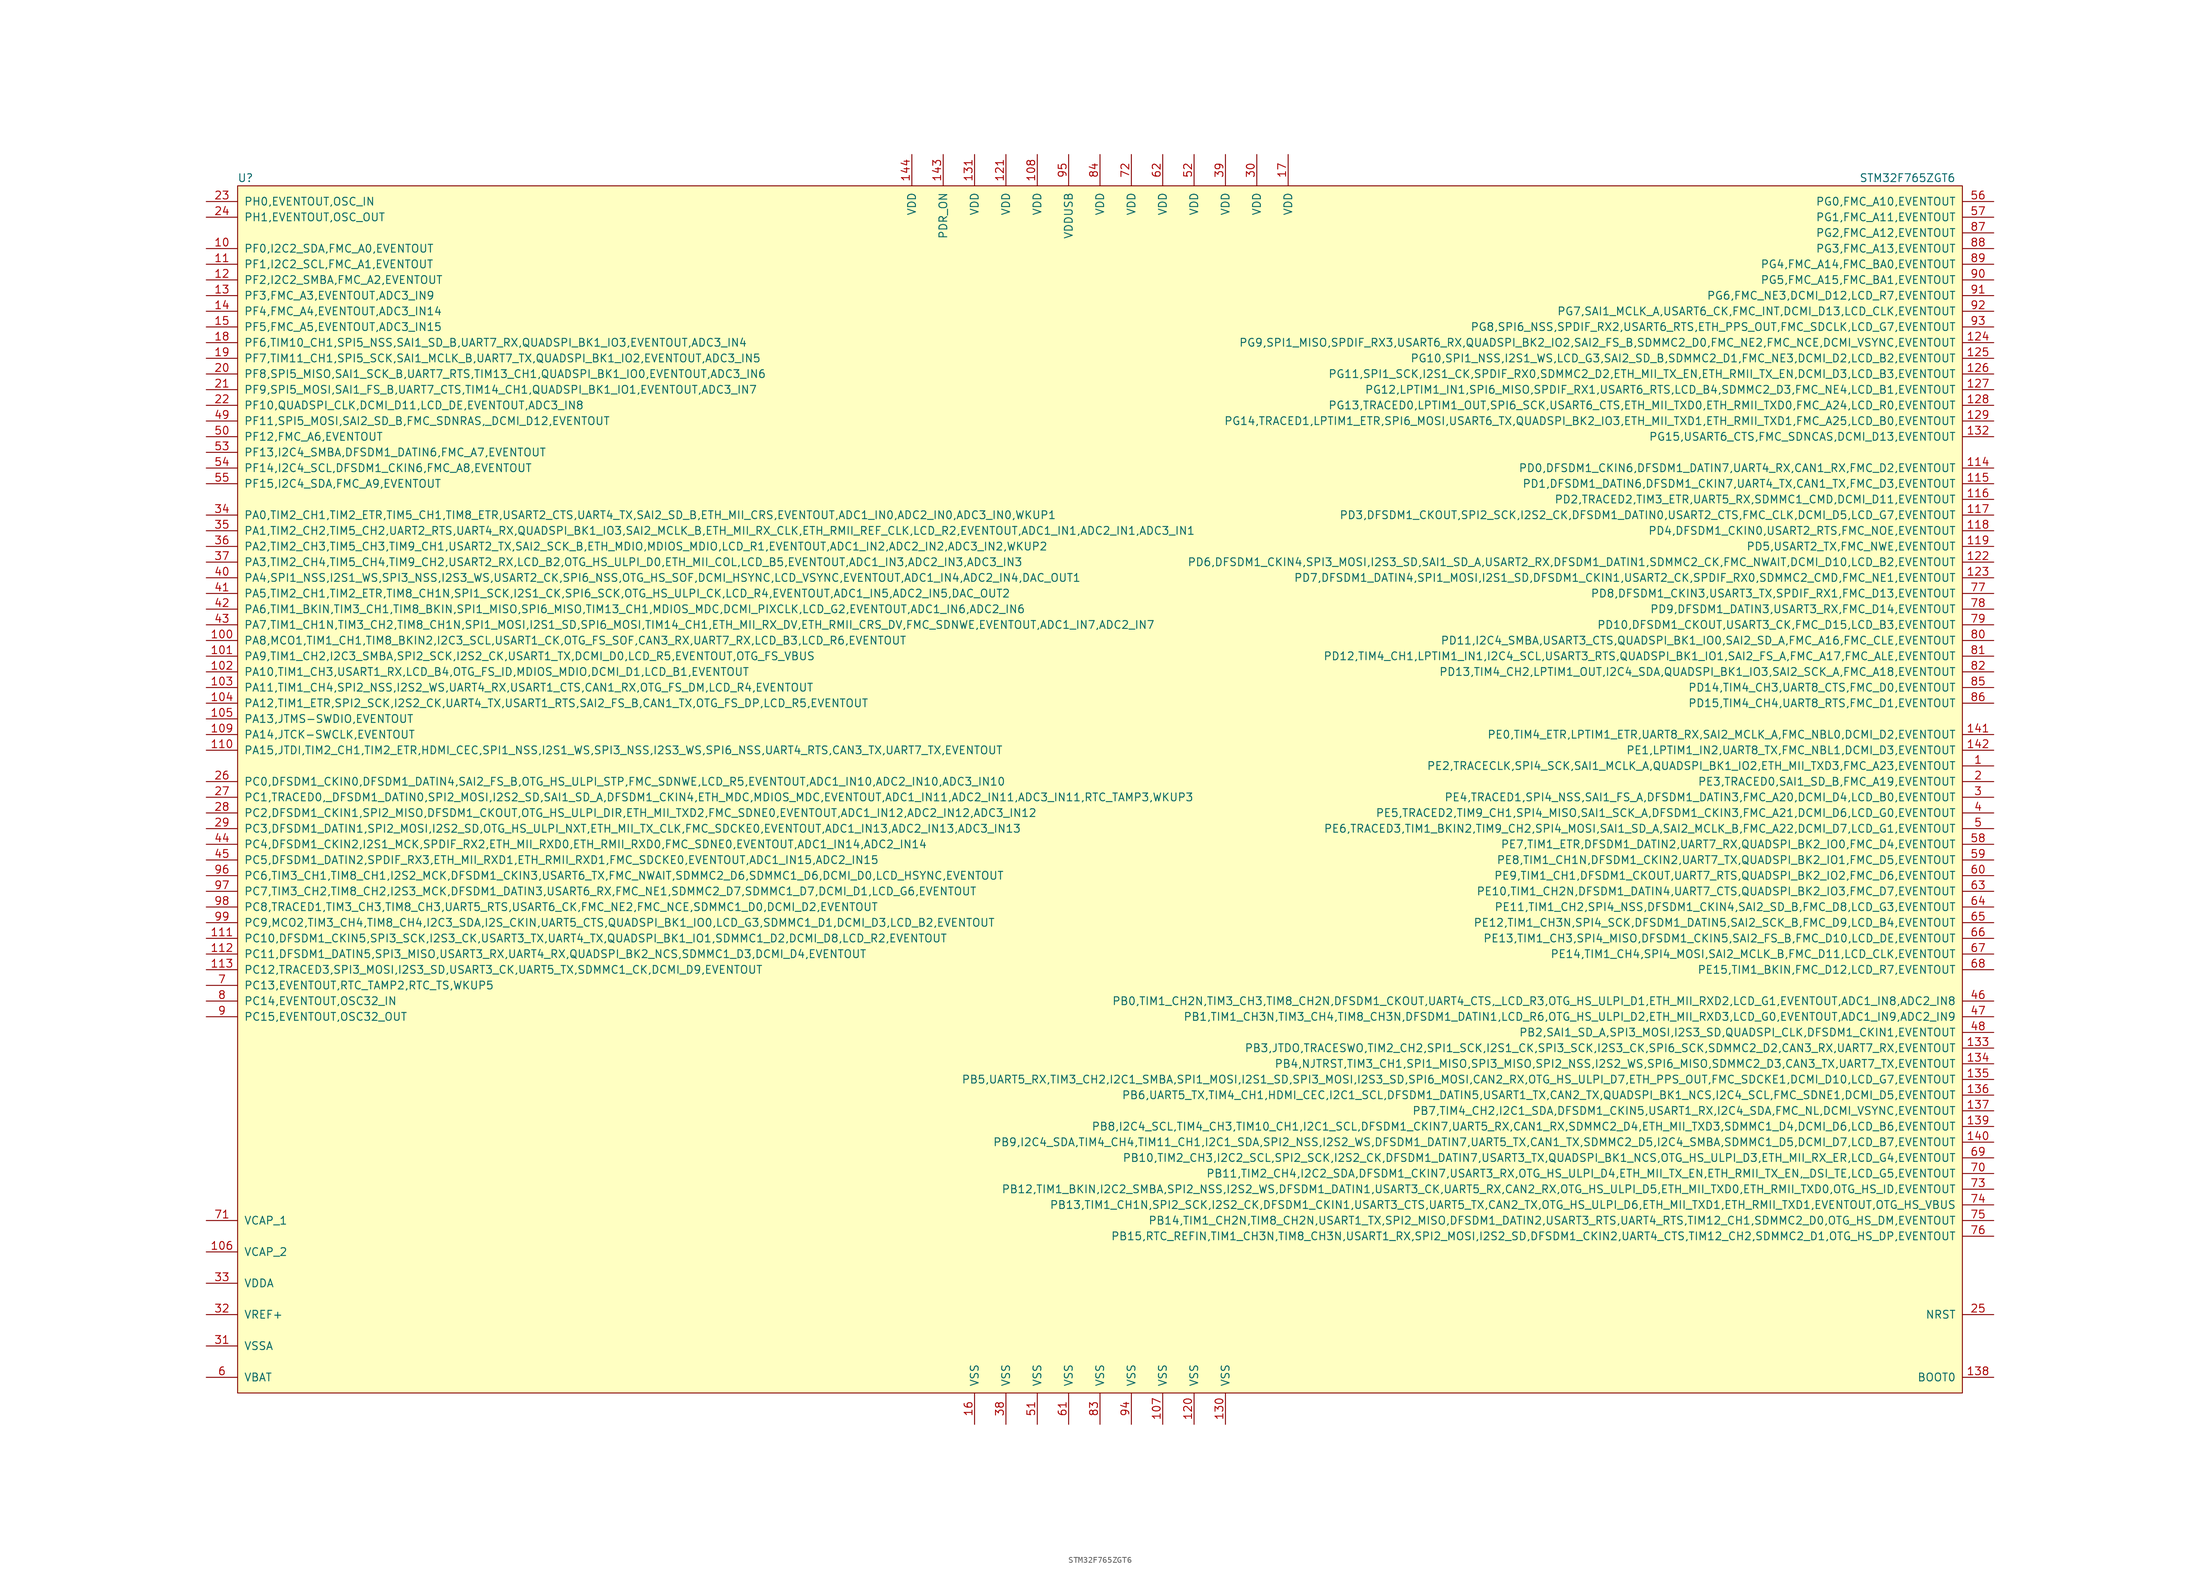
<source format=kicad_sym>
(kicad_symbol_lib
  (version 20220914)
  (generator kicad_symbol_editor)
  (symbol "STM32F765ZGT6"
    (pin_names
      (offset 1.016))
    (property "Reference" "U"
      (at -138.43 99.06 0)
      (effects (font (size 1.27 1.27))))
    (property "Value" "STM32F765ZGT6"
      (at 130.81 99.06 0)
      (effects (font (size 1.27 1.27))))
    (symbol "STM32F765ZGT6_0_0"
      (pin bidirectional line (at 144.78 3.81 180) (length 5.08) (name "PE2,TRACECLK,SPI4_SCK,SAI1_MCLK_A,QUADSPI_BK1_IO2,ETH_MII_TXD3,FMC_A23,EVENTOUT" (effects (font (size 1.27 1.27)))) (number "1" (effects (font (size 1.27 1.27)))))
      (pin bidirectional line (at -144.78 87.63 0) (length 5.08) (name "PF0,I2C2_SDA,FMC_A0,EVENTOUT" (effects (font (size 1.27 1.27)))) (number "10" (effects (font (size 1.27 1.27)))))
      (pin bidirectional line (at -144.78 24.13 0) (length 5.08) (name "PA8,MCO1,TIM1_CH1,TIM8_BKIN2,I2C3_SCL,USART1_CK,OTG_FS_SOF,CAN3_RX,UART7_RX,LCD_B3,LCD_R6,EVENTOUT" (effects (font (size 1.27 1.27)))) (number "100" (effects (font (size 1.27 1.27)))))
      (pin bidirectional line (at -144.78 21.59 0) (length 5.08) (name "PA9,TIM1_CH2,I2C3_SMBA,SPI2_SCK,I2S2_CK,USART1_TX,DCMI_D0,LCD_R5,EVENTOUT,OTG_FS_VBUS" (effects (font (size 1.27 1.27)))) (number "101" (effects (font (size 1.27 1.27)))))
      (pin bidirectional line (at -144.78 19.05 0) (length 5.08) (name "PA10,TIM1_CH3,USART1_RX,LCD_B4,OTG_FS_ID,MDIOS_MDIO,DCMI_D1,LCD_B1,EVENTOUT" (effects (font (size 1.27 1.27)))) (number "102" (effects (font (size 1.27 1.27)))))
      (pin bidirectional line (at -144.78 16.51 0) (length 5.08) (name "PA11,TIM1_CH4,SPI2_NSS,I2S2_WS,UART4_RX,USART1_CTS,CAN1_RX,OTG_FS_DM,LCD_R4,EVENTOUT" (effects (font (size 1.27 1.27)))) (number "103" (effects (font (size 1.27 1.27)))))
      (pin bidirectional line (at -144.78 13.97 0) (length 5.08) (name "PA12,TIM1_ETR,SPI2_SCK,I2S2_CK,UART4_TX,USART1_RTS,SAI2_FS_B,CAN1_TX,OTG_FS_DP,LCD_R5,EVENTOUT" (effects (font (size 1.27 1.27)))) (number "104" (effects (font (size 1.27 1.27)))))
      (pin bidirectional line (at -144.78 11.43 0) (length 5.08) (name "PA13,JTMS-SWDIO,EVENTOUT" (effects (font (size 1.27 1.27)))) (number "105" (effects (font (size 1.27 1.27)))))
      (pin passive line (at -144.78 -74.93 0) (length 5.08) (name "VCAP_2" (effects (font (size 1.27 1.27)))) (number "106" (effects (font (size 1.27 1.27)))))
      (pin passive line (at 10.16 -102.87 90) (length 5.08) (name "VSS" (effects (font (size 1.27 1.27)))) (number "107" (effects (font (size 1.27 1.27)))))
      (pin power_in line (at -10.16 102.87 270) (length 5.08) (name "VDD" (effects (font (size 1.27 1.27)))) (number "108" (effects (font (size 1.27 1.27)))))
      (pin bidirectional line (at -144.78 8.89 0) (length 5.08) (name "PA14,JTCK-SWCLK,EVENTOUT" (effects (font (size 1.27 1.27)))) (number "109" (effects (font (size 1.27 1.27)))))
      (pin bidirectional line (at -144.78 85.09 0) (length 5.08) (name "PF1,I2C2_SCL,FMC_A1,EVENTOUT" (effects (font (size 1.27 1.27)))) (number "11" (effects (font (size 1.27 1.27)))))
      (pin bidirectional line (at -144.78 6.35 0) (length 5.08) (name "PA15,JTDI,TIM2_CH1,TIM2_ETR,HDMI_CEC,SPI1_NSS,I2S1_WS,SPI3_NSS,I2S3_WS,SPI6_NSS,UART4_RTS,CAN3_TX,UART7_TX,EVENTOUT" (effects (font (size 1.27 1.27)))) (number "110" (effects (font (size 1.27 1.27)))))
      (pin bidirectional line (at -144.78 -24.13 0) (length 5.08) (name "PC10,DFSDM1_CKIN5,SPI3_SCK,I2S3_CK,USART3_TX,UART4_TX,QUADSPI_BK1_IO1,SDMMC1_D2,DCMI_D8,LCD_R2,EVENTOUT" (effects (font (size 1.27 1.27)))) (number "111" (effects (font (size 1.27 1.27)))))
      (pin bidirectional line (at -144.78 -26.67 0) (length 5.08) (name "PC11,DFSDM1_DATIN5,SPI3_MISO,USART3_RX,UART4_RX,QUADSPI_BK2_NCS,SDMMC1_D3,DCMI_D4,EVENTOUT" (effects (font (size 1.27 1.27)))) (number "112" (effects (font (size 1.27 1.27)))))
      (pin bidirectional line (at -144.78 -29.21 0) (length 5.08) (name "PC12,TRACED3,SPI3_MOSI,I2S3_SD,USART3_CK,UART5_TX,SDMMC1_CK,DCMI_D9,EVENTOUT" (effects (font (size 1.27 1.27)))) (number "113" (effects (font (size 1.27 1.27)))))
      (pin bidirectional line (at 144.78 52.07 180) (length 5.08) (name "PD0,DFSDM1_CKIN6,DFSDM1_DATIN7,UART4_RX,CAN1_RX,FMC_D2,EVENTOUT" (effects (font (size 1.27 1.27)))) (number "114" (effects (font (size 1.27 1.27)))))
      (pin bidirectional line (at 144.78 49.53 180) (length 5.08) (name "PD1,DFSDM1_DATIN6,DFSDM1_CKIN7,UART4_TX,CAN1_TX,FMC_D3,EVENTOUT" (effects (font (size 1.27 1.27)))) (number "115" (effects (font (size 1.27 1.27)))))
      (pin bidirectional line (at 144.78 46.99 180) (length 5.08) (name "PD2,TRACED2,TIM3_ETR,UART5_RX,SDMMC1_CMD,DCMI_D11,EVENTOUT" (effects (font (size 1.27 1.27)))) (number "116" (effects (font (size 1.27 1.27)))))
      (pin bidirectional line (at 144.78 44.45 180) (length 5.08) (name "PD3,DFSDM1_CKOUT,SPI2_SCK,I2S2_CK,DFSDM1_DATIN0,USART2_CTS,FMC_CLK,DCMI_D5,LCD_G7,EVENTOUT" (effects (font (size 1.27 1.27)))) (number "117" (effects (font (size 1.27 1.27)))))
      (pin bidirectional line (at 144.78 41.91 180) (length 5.08) (name "PD4,DFSDM1_CKIN0,USART2_RTS,FMC_NOE,EVENTOUT" (effects (font (size 1.27 1.27)))) (number "118" (effects (font (size 1.27 1.27)))))
      (pin bidirectional line (at 144.78 39.37 180) (length 5.08) (name "PD5,USART2_TX,FMC_NWE,EVENTOUT" (effects (font (size 1.27 1.27)))) (number "119" (effects (font (size 1.27 1.27)))))
      (pin bidirectional line (at -144.78 82.55 0) (length 5.08) (name "PF2,I2C2_SMBA,FMC_A2,EVENTOUT" (effects (font (size 1.27 1.27)))) (number "12" (effects (font (size 1.27 1.27)))))
      (pin passive line (at 15.24 -102.87 90) (length 5.08) (name "VSS" (effects (font (size 1.27 1.27)))) (number "120" (effects (font (size 1.27 1.27)))))
      (pin power_in line (at -15.24 102.87 270) (length 5.08) (name "VDD" (effects (font (size 1.27 1.27)))) (number "121" (effects (font (size 1.27 1.27)))))
      (pin bidirectional line (at 144.78 36.83 180) (length 5.08) (name "PD6,DFSDM1_CKIN4,SPI3_MOSI,I2S3_SD,SAI1_SD_A,USART2_RX,DFSDM1_DATIN1,SDMMC2_CK,FMC_NWAIT,DCMI_D10,LCD_B2,EVENTOUT" (effects (font (size 1.27 1.27)))) (number "122" (effects (font (size 1.27 1.27)))))
      (pin bidirectional line (at 144.78 34.29 180) (length 5.08) (name "PD7,DFSDM1_DATIN4,SPI1_MOSI,I2S1_SD,DFSDM1_CKIN1,USART2_CK,SPDIF_RX0,SDMMC2_CMD,FMC_NE1,EVENTOUT" (effects (font (size 1.27 1.27)))) (number "123" (effects (font (size 1.27 1.27)))))
      (pin bidirectional line (at 144.78 72.39 180) (length 5.08) (name "PG9,SPI1_MISO,SPDIF_RX3,USART6_RX,QUADSPI_BK2_IO2,SAI2_FS_B,SDMMC2_D0,FMC_NE2,FMC_NCE,DCMI_VSYNC,EVENTOUT" (effects (font (size 1.27 1.27)))) (number "124" (effects (font (size 1.27 1.27)))))
      (pin bidirectional line (at 144.78 69.85 180) (length 5.08) (name "PG10,SPI1_NSS,I2S1_WS,LCD_G3,SAI2_SD_B,SDMMC2_D1,FMC_NE3,DCMI_D2,LCD_B2,EVENTOUT" (effects (font (size 1.27 1.27)))) (number "125" (effects (font (size 1.27 1.27)))))
      (pin bidirectional line (at 144.78 67.31 180) (length 5.08) (name "PG11,SPI1_SCK,I2S1_CK,SPDIF_RX0,SDMMC2_D2,ETH_MII_TX_EN,ETH_RMII_TX_EN,DCMI_D3,LCD_B3,EVENTOUT" (effects (font (size 1.27 1.27)))) (number "126" (effects (font (size 1.27 1.27)))))
      (pin bidirectional line (at 144.78 64.77 180) (length 5.08) (name "PG12,LPTIM1_IN1,SPI6_MISO,SPDIF_RX1,USART6_RTS,LCD_B4,SDMMC2_D3,FMC_NE4,LCD_B1,EVENTOUT" (effects (font (size 1.27 1.27)))) (number "127" (effects (font (size 1.27 1.27)))))
      (pin bidirectional line (at 144.78 62.23 180) (length 5.08) (name "PG13,TRACED0,LPTIM1_OUT,SPI6_SCK,USART6_CTS,ETH_MII_TXD0,ETH_RMII_TXD0,FMC_A24,LCD_R0,EVENTOUT" (effects (font (size 1.27 1.27)))) (number "128" (effects (font (size 1.27 1.27)))))
      (pin bidirectional line (at 144.78 59.69 180) (length 5.08) (name "PG14,TRACED1,LPTIM1_ETR,SPI6_MOSI,USART6_TX,QUADSPI_BK2_IO3,ETH_MII_TXD1,ETH_RMII_TXD1,FMC_A25,LCD_B0,EVENTOUT" (effects (font (size 1.27 1.27)))) (number "129" (effects (font (size 1.27 1.27)))))
      (pin bidirectional line (at -144.78 80.01 0) (length 5.08) (name "PF3,FMC_A3,EVENTOUT,ADC3_IN9" (effects (font (size 1.27 1.27)))) (number "13" (effects (font (size 1.27 1.27)))))
      (pin passive line (at 20.32 -102.87 90) (length 5.08) (name "VSS" (effects (font (size 1.27 1.27)))) (number "130" (effects (font (size 1.27 1.27)))))
      (pin power_in line (at -20.32 102.87 270) (length 5.08) (name "VDD" (effects (font (size 1.27 1.27)))) (number "131" (effects (font (size 1.27 1.27)))))
      (pin bidirectional line (at 144.78 57.15 180) (length 5.08) (name "PG15,USART6_CTS,FMC_SDNCAS,DCMI_D13,EVENTOUT" (effects (font (size 1.27 1.27)))) (number "132" (effects (font (size 1.27 1.27)))))
      (pin bidirectional line (at 144.78 -41.91 180) (length 5.08) (name "PB3,JTDO,TRACESWO,TIM2_CH2,SPI1_SCK,I2S1_CK,SPI3_SCK,I2S3_CK,SPI6_SCK,SDMMC2_D2,CAN3_RX,UART7_RX,EVENTOUT" (effects (font (size 1.27 1.27)))) (number "133" (effects (font (size 1.27 1.27)))))
      (pin bidirectional line (at 144.78 -44.45 180) (length 5.08) (name "PB4,NJTRST,TIM3_CH1,SPI1_MISO,SPI3_MISO,SPI2_NSS,I2S2_WS,SPI6_MISO,SDMMC2_D3,CAN3_TX,UART7_TX,EVENTOUT" (effects (font (size 1.27 1.27)))) (number "134" (effects (font (size 1.27 1.27)))))
      (pin bidirectional line (at 144.78 -46.99 180) (length 5.08) (name "PB5,UART5_RX,TIM3_CH2,I2C1_SMBA,SPI1_MOSI,I2S1_SD,SPI3_MOSI,I2S3_SD,SPI6_MOSI,CAN2_RX,OTG_HS_ULPI_D7,ETH_PPS_OUT,FMC_SDCKE1,DCMI_D10,LCD_G7,EVENTOUT" (effects (font (size 1.27 1.27)))) (number "135" (effects (font (size 1.27 1.27)))))
      (pin bidirectional line (at 144.78 -49.53 180) (length 5.08) (name "PB6,UART5_TX,TIM4_CH1,HDMI_CEC,I2C1_SCL,DFSDM1_DATIN5,USART1_TX,CAN2_TX,QUADSPI_BK1_NCS,I2C4_SCL,FMC_SDNE1,DCMI_D5,EVENTOUT" (effects (font (size 1.27 1.27)))) (number "136" (effects (font (size 1.27 1.27)))))
      (pin bidirectional line (at 144.78 -52.07 180) (length 5.08) (name "PB7,TIM4_CH2,I2C1_SDA,DFSDM1_CKIN5,USART1_RX,I2C4_SDA,FMC_NL,DCMI_VSYNC,EVENTOUT" (effects (font (size 1.27 1.27)))) (number "137" (effects (font (size 1.27 1.27)))))
      (pin input line (at 144.78 -95.25 180) (length 5.08) (name "BOOT0" (effects (font (size 1.27 1.27)))) (number "138" (effects (font (size 1.27 1.27)))))
      (pin bidirectional line (at 144.78 -54.61 180) (length 5.08) (name "PB8,I2C4_SCL,TIM4_CH3,TIM10_CH1,I2C1_SCL,DFSDM1_CKIN7,UART5_RX,CAN1_RX,SDMMC2_D4,ETH_MII_TXD3,SDMMC1_D4,DCMI_D6,LCD_B6,EVENTOUT" (effects (font (size 1.27 1.27)))) (number "139" (effects (font (size 1.27 1.27)))))
      (pin bidirectional line (at -144.78 77.47 0) (length 5.08) (name "PF4,FMC_A4,EVENTOUT,ADC3_IN14" (effects (font (size 1.27 1.27)))) (number "14" (effects (font (size 1.27 1.27)))))
      (pin bidirectional line (at 144.78 -57.15 180) (length 5.08) (name "PB9,I2C4_SDA,TIM4_CH4,TIM11_CH1,I2C1_SDA,SPI2_NSS,I2S2_WS,DFSDM1_DATIN7,UART5_TX,CAN1_TX,SDMMC2_D5,I2C4_SMBA,SDMMC1_D5,DCMI_D7,LCD_B7,EVENTOUT" (effects (font (size 1.27 1.27)))) (number "140" (effects (font (size 1.27 1.27)))))
      (pin bidirectional line (at 144.78 8.89 180) (length 5.08) (name "PE0,TIM4_ETR,LPTIM1_ETR,UART8_RX,SAI2_MCLK_A,FMC_NBL0,DCMI_D2,EVENTOUT" (effects (font (size 1.27 1.27)))) (number "141" (effects (font (size 1.27 1.27)))))
      (pin bidirectional line (at 144.78 6.35 180) (length 5.08) (name "PE1,LPTIM1_IN2,UART8_TX,FMC_NBL1,DCMI_D3,EVENTOUT" (effects (font (size 1.27 1.27)))) (number "142" (effects (font (size 1.27 1.27)))))
      (pin passive line (at -25.4 102.87 270) (length 5.08) (name "PDR_ON" (effects (font (size 1.27 1.27)))) (number "143" (effects (font (size 1.27 1.27)))))
      (pin power_in line (at -30.48 102.87 270) (length 5.08) (name "VDD" (effects (font (size 1.27 1.27)))) (number "144" (effects (font (size 1.27 1.27)))))
      (pin bidirectional line (at -144.78 74.93 0) (length 5.08) (name "PF5,FMC_A5,EVENTOUT,ADC3_IN15" (effects (font (size 1.27 1.27)))) (number "15" (effects (font (size 1.27 1.27)))))
      (pin passive line (at -20.32 -102.87 90) (length 5.08) (name "VSS" (effects (font (size 1.27 1.27)))) (number "16" (effects (font (size 1.27 1.27)))))
      (pin power_in line (at 30.48 102.87 270) (length 5.08) (name "VDD" (effects (font (size 1.27 1.27)))) (number "17" (effects (font (size 1.27 1.27)))))
      (pin bidirectional line (at -144.78 72.39 0) (length 5.08) (name "PF6,TIM10_CH1,SPI5_NSS,SAI1_SD_B,UART7_RX,QUADSPI_BK1_IO3,EVENTOUT,ADC3_IN4" (effects (font (size 1.27 1.27)))) (number "18" (effects (font (size 1.27 1.27)))))
      (pin bidirectional line (at -144.78 69.85 0) (length 5.08) (name "PF7,TIM11_CH1,SPI5_SCK,SAI1_MCLK_B,UART7_TX,QUADSPI_BK1_IO2,EVENTOUT,ADC3_IN5" (effects (font (size 1.27 1.27)))) (number "19" (effects (font (size 1.27 1.27)))))
      (pin bidirectional line (at 144.78 1.27 180) (length 5.08) (name "PE3,TRACED0,SAI1_SD_B,FMC_A19,EVENTOUT" (effects (font (size 1.27 1.27)))) (number "2" (effects (font (size 1.27 1.27)))))
      (pin bidirectional line (at -144.78 67.31 0) (length 5.08) (name "PF8,SPI5_MISO,SAI1_SCK_B,UART7_RTS,TIM13_CH1,QUADSPI_BK1_IO0,EVENTOUT,ADC3_IN6" (effects (font (size 1.27 1.27)))) (number "20" (effects (font (size 1.27 1.27)))))
      (pin bidirectional line (at -144.78 64.77 0) (length 5.08) (name "PF9,SPI5_MOSI,SAI1_FS_B,UART7_CTS,TIM14_CH1,QUADSPI_BK1_IO1,EVENTOUT,ADC3_IN7" (effects (font (size 1.27 1.27)))) (number "21" (effects (font (size 1.27 1.27)))))
      (pin bidirectional line (at -144.78 62.23 0) (length 5.08) (name "PF10,QUADSPI_CLK,DCMI_D11,LCD_DE,EVENTOUT,ADC3_IN8" (effects (font (size 1.27 1.27)))) (number "22" (effects (font (size 1.27 1.27)))))
      (pin bidirectional line (at -144.78 95.25 0) (length 5.08) (name "PH0,EVENTOUT,OSC_IN" (effects (font (size 1.27 1.27)))) (number "23" (effects (font (size 1.27 1.27)))))
      (pin bidirectional line (at -144.78 92.71 0) (length 5.08) (name "PH1,EVENTOUT,OSC_OUT" (effects (font (size 1.27 1.27)))) (number "24" (effects (font (size 1.27 1.27)))))
      (pin input line (at 144.78 -85.09 180) (length 5.08) (name "NRST" (effects (font (size 1.27 1.27)))) (number "25" (effects (font (size 1.27 1.27)))))
      (pin bidirectional line (at -144.78 1.27 0) (length 5.08) (name "PC0,DFSDM1_CKIN0,DFSDM1_DATIN4,SAI2_FS_B,OTG_HS_ULPI_STP,FMC_SDNWE,LCD_R5,EVENTOUT,ADC1_IN10,ADC2_IN10,ADC3_IN10" (effects (font (size 1.27 1.27)))) (number "26" (effects (font (size 1.27 1.27)))))
      (pin bidirectional line (at -144.78 -1.27 0) (length 5.08) (name "PC1,TRACED0,_DFSDM1_DATIN0,SPI2_MOSI,I2S2_SD,SAI1_SD_A,DFSDM1_CKIN4,ETH_MDC,MDIOS_MDC,EVENTOUT,ADC1_IN11,ADC2_IN11,ADC3_IN11,RTC_TAMP3,WKUP3" (effects (font (size 1.27 1.27)))) (number "27" (effects (font (size 1.27 1.27)))))
      (pin bidirectional line (at -144.78 -3.81 0) (length 5.08) (name "PC2,DFSDM1_CKIN1,SPI2_MISO,DFSDM1_CKOUT,OTG_HS_ULPI_DIR,ETH_MII_TXD2,FMC_SDNE0,EVENTOUT,ADC1_IN12,ADC2_IN12,ADC3_IN12" (effects (font (size 1.27 1.27)))) (number "28" (effects (font (size 1.27 1.27)))))
      (pin bidirectional line (at -144.78 -6.35 0) (length 5.08) (name "PC3,DFSDM1_DATIN1,SPI2_MOSI,I2S2_SD,OTG_HS_ULPI_NXT,ETH_MII_TX_CLK,FMC_SDCKE0,EVENTOUT,ADC1_IN13,ADC2_IN13,ADC3_IN13" (effects (font (size 1.27 1.27)))) (number "29" (effects (font (size 1.27 1.27)))))
      (pin bidirectional line (at 144.78 -1.27 180) (length 5.08) (name "PE4,TRACED1,SPI4_NSS,SAI1_FS_A,DFSDM1_DATIN3,FMC_A20,DCMI_D4,LCD_B0,EVENTOUT" (effects (font (size 1.27 1.27)))) (number "3" (effects (font (size 1.27 1.27)))))
      (pin power_in line (at 25.4 102.87 270) (length 5.08) (name "VDD" (effects (font (size 1.27 1.27)))) (number "30" (effects (font (size 1.27 1.27)))))
      (pin passive line (at -144.78 -90.17 0) (length 5.08) (name "VSSA" (effects (font (size 1.27 1.27)))) (number "31" (effects (font (size 1.27 1.27)))))
      (pin passive line (at -144.78 -85.09 0) (length 5.08) (name "VREF+" (effects (font (size 1.27 1.27)))) (number "32" (effects (font (size 1.27 1.27)))))
      (pin passive line (at -144.78 -80.01 0) (length 5.08) (name "VDDA" (effects (font (size 1.27 1.27)))) (number "33" (effects (font (size 1.27 1.27)))))
      (pin bidirectional line (at -144.78 44.45 0) (length 5.08) (name "PA0,TIM2_CH1,TIM2_ETR,TIM5_CH1,TIM8_ETR,USART2_CTS,UART4_TX,SAI2_SD_B,ETH_MII_CRS,EVENTOUT,ADC1_IN0,ADC2_IN0,ADC3_IN0,WKUP1" (effects (font (size 1.27 1.27)))) (number "34" (effects (font (size 1.27 1.27)))))
      (pin bidirectional line (at -144.78 41.91 0) (length 5.08) (name "PA1,TIM2_CH2,TIM5_CH2,UART2_RTS,UART4_RX,QUADSPI_BK1_IO3,SAI2_MCLK_B,ETH_MII_RX_CLK,ETH_RMII_REF_CLK,LCD_R2,EVENTOUT,ADC1_IN1,ADC2_IN1,ADC3_IN1" (effects (font (size 1.27 1.27)))) (number "35" (effects (font (size 1.27 1.27)))))
      (pin bidirectional line (at -144.78 39.37 0) (length 5.08) (name "PA2,TIM2_CH3,TIM5_CH3,TIM9_CH1,USART2_TX,SAI2_SCK_B,ETH_MDIO,MDIOS_MDIO,LCD_R1,EVENTOUT,ADC1_IN2,ADC2_IN2,ADC3_IN2,WKUP2" (effects (font (size 1.27 1.27)))) (number "36" (effects (font (size 1.27 1.27)))))
      (pin bidirectional line (at -144.78 36.83 0) (length 5.08) (name "PA3,TIM2_CH4,TIM5_CH4,TIM9_CH2,USART2_RX,LCD_B2,OTG_HS_ULPI_D0,ETH_MII_COL,LCD_B5,EVENTOUT,ADC1_IN3,ADC2_IN3,ADC3_IN3" (effects (font (size 1.27 1.27)))) (number "37" (effects (font (size 1.27 1.27)))))
      (pin passive line (at -15.24 -102.87 90) (length 5.08) (name "VSS" (effects (font (size 1.27 1.27)))) (number "38" (effects (font (size 1.27 1.27)))))
      (pin power_in line (at 20.32 102.87 270) (length 5.08) (name "VDD" (effects (font (size 1.27 1.27)))) (number "39" (effects (font (size 1.27 1.27)))))
      (pin bidirectional line (at 144.78 -3.81 180) (length 5.08) (name "PE5,TRACED2,TIM9_CH1,SPI4_MISO,SAI1_SCK_A,DFSDM1_CKIN3,FMC_A21,DCMI_D6,LCD_G0,EVENTOUT" (effects (font (size 1.27 1.27)))) (number "4" (effects (font (size 1.27 1.27)))))
      (pin bidirectional line (at -144.78 34.29 0) (length 5.08) (name "PA4,SPI1_NSS,I2S1_WS,SPI3_NSS,I2S3_WS,USART2_CK,SPI6_NSS,OTG_HS_SOF,DCMI_HSYNC,LCD_VSYNC,EVENTOUT,ADC1_IN4,ADC2_IN4,DAC_OUT1" (effects (font (size 1.27 1.27)))) (number "40" (effects (font (size 1.27 1.27)))))
      (pin bidirectional line (at -144.78 31.75 0) (length 5.08) (name "PA5,TIM2_CH1,TIM2_ETR,TIM8_CH1N,SPI1_SCK,I2S1_CK,SPI6_SCK,OTG_HS_ULPI_CK,LCD_R4,EVENTOUT,ADC1_IN5,ADC2_IN5,DAC_OUT2" (effects (font (size 1.27 1.27)))) (number "41" (effects (font (size 1.27 1.27)))))
      (pin bidirectional line (at -144.78 29.21 0) (length 5.08) (name "PA6,TIM1_BKIN,TIM3_CH1,TIM8_BKIN,SPI1_MISO,SPI6_MISO,TIM13_CH1,MDIOS_MDC,DCMI_PIXCLK,LCD_G2,EVENTOUT,ADC1_IN6,ADC2_IN6" (effects (font (size 1.27 1.27)))) (number "42" (effects (font (size 1.27 1.27)))))
      (pin bidirectional line (at -144.78 26.67 0) (length 5.08) (name "PA7,TIM1_CH1N,TIM3_CH2,TIM8_CH1N,SPI1_MOSI,I2S1_SD,SPI6_MOSI,TIM14_CH1,ETH_MII_RX_DV,ETH_RMII_CRS_DV,FMC_SDNWE,EVENTOUT,ADC1_IN7,ADC2_IN7" (effects (font (size 1.27 1.27)))) (number "43" (effects (font (size 1.27 1.27)))))
      (pin bidirectional line (at -144.78 -8.89 0) (length 5.08) (name "PC4,DFSDM1_CKIN2,I2S1_MCK,SPDIF_RX2,ETH_MII_RXD0,ETH_RMII_RXD0,FMC_SDNE0,EVENTOUT,ADC1_IN14,ADC2_IN14" (effects (font (size 1.27 1.27)))) (number "44" (effects (font (size 1.27 1.27)))))
      (pin bidirectional line (at -144.78 -11.43 0) (length 5.08) (name "PC5,DFSDM1_DATIN2,SPDIF_RX3,ETH_MII_RXD1,ETH_RMII_RXD1,FMC_SDCKE0,EVENTOUT,ADC1_IN15,ADC2_IN15" (effects (font (size 1.27 1.27)))) (number "45" (effects (font (size 1.27 1.27)))))
      (pin bidirectional line (at 144.78 -34.29 180) (length 5.08) (name "PB0,TIM1_CH2N,TIM3_CH3,TIM8_CH2N,DFSDM1_CKOUT,UART4_CTS,_LCD_R3,OTG_HS_ULPI_D1,ETH_MII_RXD2,LCD_G1,EVENTOUT,ADC1_IN8,ADC2_IN8" (effects (font (size 1.27 1.27)))) (number "46" (effects (font (size 1.27 1.27)))))
      (pin bidirectional line (at 144.78 -36.83 180) (length 5.08) (name "PB1,TIM1_CH3N,TIM3_CH4,TIM8_CH3N,DFSDM1_DATIN1,LCD_R6,OTG_HS_ULPI_D2,ETH_MII_RXD3,LCD_G0,EVENTOUT,ADC1_IN9,ADC2_IN9" (effects (font (size 1.27 1.27)))) (number "47" (effects (font (size 1.27 1.27)))))
      (pin bidirectional line (at 144.78 -39.37 180) (length 5.08) (name "PB2,SAI1_SD_A,SPI3_MOSI,I2S3_SD,QUADSPI_CLK,DFSDM1_CKIN1,EVENTOUT" (effects (font (size 1.27 1.27)))) (number "48" (effects (font (size 1.27 1.27)))))
      (pin bidirectional line (at -144.78 59.69 0) (length 5.08) (name "PF11,SPI5_MOSI,SAI2_SD_B,FMC_SDNRAS,_DCMI_D12,EVENTOUT" (effects (font (size 1.27 1.27)))) (number "49" (effects (font (size 1.27 1.27)))))
      (pin bidirectional line (at 144.78 -6.35 180) (length 5.08) (name "PE6,TRACED3,TIM1_BKIN2,TIM9_CH2,SPI4_MOSI,SAI1_SD_A,SAI2_MCLK_B,FMC_A22,DCMI_D7,LCD_G1,EVENTOUT" (effects (font (size 1.27 1.27)))) (number "5" (effects (font (size 1.27 1.27)))))
      (pin bidirectional line (at -144.78 57.15 0) (length 5.08) (name "PF12,FMC_A6,EVENTOUT" (effects (font (size 1.27 1.27)))) (number "50" (effects (font (size 1.27 1.27)))))
      (pin passive line (at -10.16 -102.87 90) (length 5.08) (name "VSS" (effects (font (size 1.27 1.27)))) (number "51" (effects (font (size 1.27 1.27)))))
      (pin power_in line (at 15.24 102.87 270) (length 5.08) (name "VDD" (effects (font (size 1.27 1.27)))) (number "52" (effects (font (size 1.27 1.27)))))
      (pin bidirectional line (at -144.78 54.61 0) (length 5.08) (name "PF13,I2C4_SMBA,DFSDM1_DATIN6,FMC_A7,EVENTOUT" (effects (font (size 1.27 1.27)))) (number "53" (effects (font (size 1.27 1.27)))))
      (pin bidirectional line (at -144.78 52.07 0) (length 5.08) (name "PF14,I2C4_SCL,DFSDM1_CKIN6,FMC_A8,EVENTOUT" (effects (font (size 1.27 1.27)))) (number "54" (effects (font (size 1.27 1.27)))))
      (pin bidirectional line (at -144.78 49.53 0) (length 5.08) (name "PF15,I2C4_SDA,FMC_A9,EVENTOUT" (effects (font (size 1.27 1.27)))) (number "55" (effects (font (size 1.27 1.27)))))
      (pin bidirectional line (at 144.78 95.25 180) (length 5.08) (name "PG0,FMC_A10,EVENTOUT" (effects (font (size 1.27 1.27)))) (number "56" (effects (font (size 1.27 1.27)))))
      (pin bidirectional line (at 144.78 92.71 180) (length 5.08) (name "PG1,FMC_A11,EVENTOUT" (effects (font (size 1.27 1.27)))) (number "57" (effects (font (size 1.27 1.27)))))
      (pin bidirectional line (at 144.78 -8.89 180) (length 5.08) (name "PE7,TIM1_ETR,DFSDM1_DATIN2,UART7_RX,QUADSPI_BK2_IO0,FMC_D4,EVENTOUT" (effects (font (size 1.27 1.27)))) (number "58" (effects (font (size 1.27 1.27)))))
      (pin bidirectional line (at 144.78 -11.43 180) (length 5.08) (name "PE8,TIM1_CH1N,DFSDM1_CKIN2,UART7_TX,QUADSPI_BK2_IO1,FMC_D5,EVENTOUT" (effects (font (size 1.27 1.27)))) (number "59" (effects (font (size 1.27 1.27)))))
      (pin passive line (at -144.78 -95.25 0) (length 5.08) (name "VBAT" (effects (font (size 1.27 1.27)))) (number "6" (effects (font (size 1.27 1.27)))))
      (pin bidirectional line (at 144.78 -13.97 180) (length 5.08) (name "PE9,TIM1_CH1,DFSDM1_CKOUT,UART7_RTS,QUADSPI_BK2_IO2,FMC_D6,EVENTOUT" (effects (font (size 1.27 1.27)))) (number "60" (effects (font (size 1.27 1.27)))))
      (pin passive line (at -5.08 -102.87 90) (length 5.08) (name "VSS" (effects (font (size 1.27 1.27)))) (number "61" (effects (font (size 1.27 1.27)))))
      (pin power_in line (at 10.16 102.87 270) (length 5.08) (name "VDD" (effects (font (size 1.27 1.27)))) (number "62" (effects (font (size 1.27 1.27)))))
      (pin bidirectional line (at 144.78 -16.51 180) (length 5.08) (name "PE10,TIM1_CH2N,DFSDM1_DATIN4,UART7_CTS,QUADSPI_BK2_IO3,FMC_D7,EVENTOUT" (effects (font (size 1.27 1.27)))) (number "63" (effects (font (size 1.27 1.27)))))
      (pin bidirectional line (at 144.78 -19.05 180) (length 5.08) (name "PE11,TIM1_CH2,SPI4_NSS,DFSDM1_CKIN4,SAI2_SD_B,FMC_D8,LCD_G3,EVENTOUT" (effects (font (size 1.27 1.27)))) (number "64" (effects (font (size 1.27 1.27)))))
      (pin bidirectional line (at 144.78 -21.59 180) (length 5.08) (name "PE12,TIM1_CH3N,SPI4_SCK,DFSDM1_DATIN5,SAI2_SCK_B,FMC_D9,LCD_B4,EVENTOUT" (effects (font (size 1.27 1.27)))) (number "65" (effects (font (size 1.27 1.27)))))
      (pin bidirectional line (at 144.78 -24.13 180) (length 5.08) (name "PE13,TIM1_CH3,SPI4_MISO,DFSDM1_CKIN5,SAI2_FS_B,FMC_D10,LCD_DE,EVENTOUT" (effects (font (size 1.27 1.27)))) (number "66" (effects (font (size 1.27 1.27)))))
      (pin bidirectional line (at 144.78 -26.67 180) (length 5.08) (name "PE14,TIM1_CH4,SPI4_MOSI,SAI2_MCLK_B,FMC_D11,LCD_CLK,EVENTOUT" (effects (font (size 1.27 1.27)))) (number "67" (effects (font (size 1.27 1.27)))))
      (pin bidirectional line (at 144.78 -29.21 180) (length 5.08) (name "PE15,TIM1_BKIN,FMC_D12,LCD_R7,EVENTOUT" (effects (font (size 1.27 1.27)))) (number "68" (effects (font (size 1.27 1.27)))))
      (pin bidirectional line (at 144.78 -59.69 180) (length 5.08) (name "PB10,TIM2_CH3,I2C2_SCL,SPI2_SCK,I2S2_CK,DFSDM1_DATIN7,USART3_TX,QUADSPI_BK1_NCS,OTG_HS_ULPI_D3,ETH_MII_RX_ER,LCD_G4,EVENTOUT" (effects (font (size 1.27 1.27)))) (number "69" (effects (font (size 1.27 1.27)))))
      (pin bidirectional line (at -144.78 -31.75 0) (length 5.08) (name "PC13,EVENTOUT,RTC_TAMP2,RTC_TS,WKUP5" (effects (font (size 1.27 1.27)))) (number "7" (effects (font (size 1.27 1.27)))))
      (pin bidirectional line (at 144.78 -62.23 180) (length 5.08) (name "PB11,TIM2_CH4,I2C2_SDA,DFSDM1_CKIN7,USART3_RX,OTG_HS_ULPI_D4,ETH_MII_TX_EN,ETH_RMII_TX_EN,_DSI_TE,LCD_G5,EVENTOUT" (effects (font (size 1.27 1.27)))) (number "70" (effects (font (size 1.27 1.27)))))
      (pin passive line (at -144.78 -69.85 0) (length 5.08) (name "VCAP_1" (effects (font (size 1.27 1.27)))) (number "71" (effects (font (size 1.27 1.27)))))
      (pin power_in line (at 5.08 102.87 270) (length 5.08) (name "VDD" (effects (font (size 1.27 1.27)))) (number "72" (effects (font (size 1.27 1.27)))))
      (pin bidirectional line (at 144.78 -64.77 180) (length 5.08) (name "PB12,TIM1_BKIN,I2C2_SMBA,SPI2_NSS,I2S2_WS,DFSDM1_DATIN1,USART3_CK,UART5_RX,CAN2_RX,OTG_HS_ULPI_D5,ETH_MII_TXD0,ETH_RMII_TXD0,OTG_HS_ID,EVENTOUT" (effects (font (size 1.27 1.27)))) (number "73" (effects (font (size 1.27 1.27)))))
      (pin bidirectional line (at 144.78 -67.31 180) (length 5.08) (name "PB13,TIM1_CH1N,SPI2_SCK,I2S2_CK,DFSDM1_CKIN1,USART3_CTS,UART5_TX,CAN2_TX,OTG_HS_ULPI_D6,ETH_MII_TXD1,ETH_RMII_TXD1,EVENTOUT,OTG_HS_VBUS" (effects (font (size 1.27 1.27)))) (number "74" (effects (font (size 1.27 1.27)))))
      (pin bidirectional line (at 144.78 -69.85 180) (length 5.08) (name "PB14,TIM1_CH2N,TIM8_CH2N,USART1_TX,SPI2_MISO,DFSDM1_DATIN2,USART3_RTS,UART4_RTS,TIM12_CH1,SDMMC2_D0,OTG_HS_DM,EVENTOUT" (effects (font (size 1.27 1.27)))) (number "75" (effects (font (size 1.27 1.27)))))
      (pin bidirectional line (at 144.78 -72.39 180) (length 5.08) (name "PB15,RTC_REFIN,TIM1_CH3N,TIM8_CH3N,USART1_RX,SPI2_MOSI,I2S2_SD,DFSDM1_CKIN2,UART4_CTS,TIM12_CH2,SDMMC2_D1,OTG_HS_DP,EVENTOUT" (effects (font (size 1.27 1.27)))) (number "76" (effects (font (size 1.27 1.27)))))
      (pin bidirectional line (at 144.78 31.75 180) (length 5.08) (name "PD8,DFSDM1_CKIN3,USART3_TX,SPDIF_RX1,FMC_D13,EVENTOUT" (effects (font (size 1.27 1.27)))) (number "77" (effects (font (size 1.27 1.27)))))
      (pin bidirectional line (at 144.78 29.21 180) (length 5.08) (name "PD9,DFSDM1_DATIN3,USART3_RX,FMC_D14,EVENTOUT" (effects (font (size 1.27 1.27)))) (number "78" (effects (font (size 1.27 1.27)))))
      (pin bidirectional line (at 144.78 26.67 180) (length 5.08) (name "PD10,DFSDM1_CKOUT,USART3_CK,FMC_D15,LCD_B3,EVENTOUT" (effects (font (size 1.27 1.27)))) (number "79" (effects (font (size 1.27 1.27)))))
      (pin bidirectional line (at -144.78 -34.29 0) (length 5.08) (name "PC14,EVENTOUT,OSC32_IN" (effects (font (size 1.27 1.27)))) (number "8" (effects (font (size 1.27 1.27)))))
      (pin bidirectional line (at 144.78 24.13 180) (length 5.08) (name "PD11,I2C4_SMBA,USART3_CTS,QUADSPI_BK1_IO0,SAI2_SD_A,FMC_A16,FMC_CLE,EVENTOUT" (effects (font (size 1.27 1.27)))) (number "80" (effects (font (size 1.27 1.27)))))
      (pin bidirectional line (at 144.78 21.59 180) (length 5.08) (name "PD12,TIM4_CH1,LPTIM1_IN1,I2C4_SCL,USART3_RTS,QUADSPI_BK1_IO1,SAI2_FS_A,FMC_A17,FMC_ALE,EVENTOUT" (effects (font (size 1.27 1.27)))) (number "81" (effects (font (size 1.27 1.27)))))
      (pin bidirectional line (at 144.78 19.05 180) (length 5.08) (name "PD13,TIM4_CH2,LPTIM1_OUT,I2C4_SDA,QUADSPI_BK1_IO3,SAI2_SCK_A,FMC_A18,EVENTOUT" (effects (font (size 1.27 1.27)))) (number "82" (effects (font (size 1.27 1.27)))))
      (pin passive line (at 0 -102.87 90) (length 5.08) (name "VSS" (effects (font (size 1.27 1.27)))) (number "83" (effects (font (size 1.27 1.27)))))
      (pin power_in line (at 0 102.87 270) (length 5.08) (name "VDD" (effects (font (size 1.27 1.27)))) (number "84" (effects (font (size 1.27 1.27)))))
      (pin bidirectional line (at 144.78 16.51 180) (length 5.08) (name "PD14,TIM4_CH3,UART8_CTS,FMC_D0,EVENTOUT" (effects (font (size 1.27 1.27)))) (number "85" (effects (font (size 1.27 1.27)))))
      (pin bidirectional line (at 144.78 13.97 180) (length 5.08) (name "PD15,TIM4_CH4,UART8_RTS,FMC_D1,EVENTOUT" (effects (font (size 1.27 1.27)))) (number "86" (effects (font (size 1.27 1.27)))))
      (pin bidirectional line (at 144.78 90.17 180) (length 5.08) (name "PG2,FMC_A12,EVENTOUT" (effects (font (size 1.27 1.27)))) (number "87" (effects (font (size 1.27 1.27)))))
      (pin bidirectional line (at 144.78 87.63 180) (length 5.08) (name "PG3,FMC_A13,EVENTOUT" (effects (font (size 1.27 1.27)))) (number "88" (effects (font (size 1.27 1.27)))))
      (pin bidirectional line (at 144.78 85.09 180) (length 5.08) (name "PG4,FMC_A14,FMC_BA0,EVENTOUT" (effects (font (size 1.27 1.27)))) (number "89" (effects (font (size 1.27 1.27)))))
      (pin bidirectional line (at -144.78 -36.83 0) (length 5.08) (name "PC15,EVENTOUT,OSC32_OUT" (effects (font (size 1.27 1.27)))) (number "9" (effects (font (size 1.27 1.27)))))
      (pin bidirectional line (at 144.78 82.55 180) (length 5.08) (name "PG5,FMC_A15,FMC_BA1,EVENTOUT" (effects (font (size 1.27 1.27)))) (number "90" (effects (font (size 1.27 1.27)))))
      (pin bidirectional line (at 144.78 80.01 180) (length 5.08) (name "PG6,FMC_NE3,DCMI_D12,LCD_R7,EVENTOUT" (effects (font (size 1.27 1.27)))) (number "91" (effects (font (size 1.27 1.27)))))
      (pin bidirectional line (at 144.78 77.47 180) (length 5.08) (name "PG7,SAI1_MCLK_A,USART6_CK,FMC_INT,DCMI_D13,LCD_CLK,EVENTOUT" (effects (font (size 1.27 1.27)))) (number "92" (effects (font (size 1.27 1.27)))))
      (pin bidirectional line (at 144.78 74.93 180) (length 5.08) (name "PG8,SPI6_NSS,SPDIF_RX2,USART6_RTS,ETH_PPS_OUT,FMC_SDCLK,LCD_G7,EVENTOUT" (effects (font (size 1.27 1.27)))) (number "93" (effects (font (size 1.27 1.27)))))
      (pin passive line (at 5.08 -102.87 90) (length 5.08) (name "VSS" (effects (font (size 1.27 1.27)))) (number "94" (effects (font (size 1.27 1.27)))))
      (pin power_in line (at -5.08 102.87 270) (length 5.08) (name "VDDUSB" (effects (font (size 1.27 1.27)))) (number "95" (effects (font (size 1.27 1.27)))))
      (pin bidirectional line (at -144.78 -13.97 0) (length 5.08) (name "PC6,TIM3_CH1,TIM8_CH1,I2S2_MCK,DFSDM1_CKIN3,USART6_TX,FMC_NWAIT,SDMMC2_D6,SDMMC1_D6,DCMI_D0,LCD_HSYNC,EVENTOUT" (effects (font (size 1.27 1.27)))) (number "96" (effects (font (size 1.27 1.27)))))
      (pin bidirectional line (at -144.78 -16.51 0) (length 5.08) (name "PC7,TIM3_CH2,TIM8_CH2,I2S3_MCK,DFSDM1_DATIN3,USART6_RX,FMC_NE1,SDMMC2_D7,SDMMC1_D7,DCMI_D1,LCD_G6,EVENTOUT" (effects (font (size 1.27 1.27)))) (number "97" (effects (font (size 1.27 1.27)))))
      (pin bidirectional line (at -144.78 -19.05 0) (length 5.08) (name "PC8,TRACED1,TIM3_CH3,TIM8_CH3,UART5_RTS,USART6_CK,FMC_NE2,FMC_NCE,SDMMC1_D0,DCMI_D2,EVENTOUT" (effects (font (size 1.27 1.27)))) (number "98" (effects (font (size 1.27 1.27)))))
      (pin bidirectional line (at -144.78 -21.59 0) (length 5.08) (name "PC9,MCO2,TIM3_CH4,TIM8_CH4,I2C3_SDA,I2S_CKIN,UART5_CTS,QUADSPI_BK1_IO0,LCD_G3,SDMMC1_D1,DCMI_D3,LCD_B2,EVENTOUT" (effects (font (size 1.27 1.27)))) (number "99" (effects (font (size 1.27 1.27))))))
    (symbol "STM32F765ZGT6_0_1"
      (rectangle (start -139.7 97.79) (end 139.7 -97.79) (stroke (width 0) (type solid)) (fill (type background))))))
</source>
